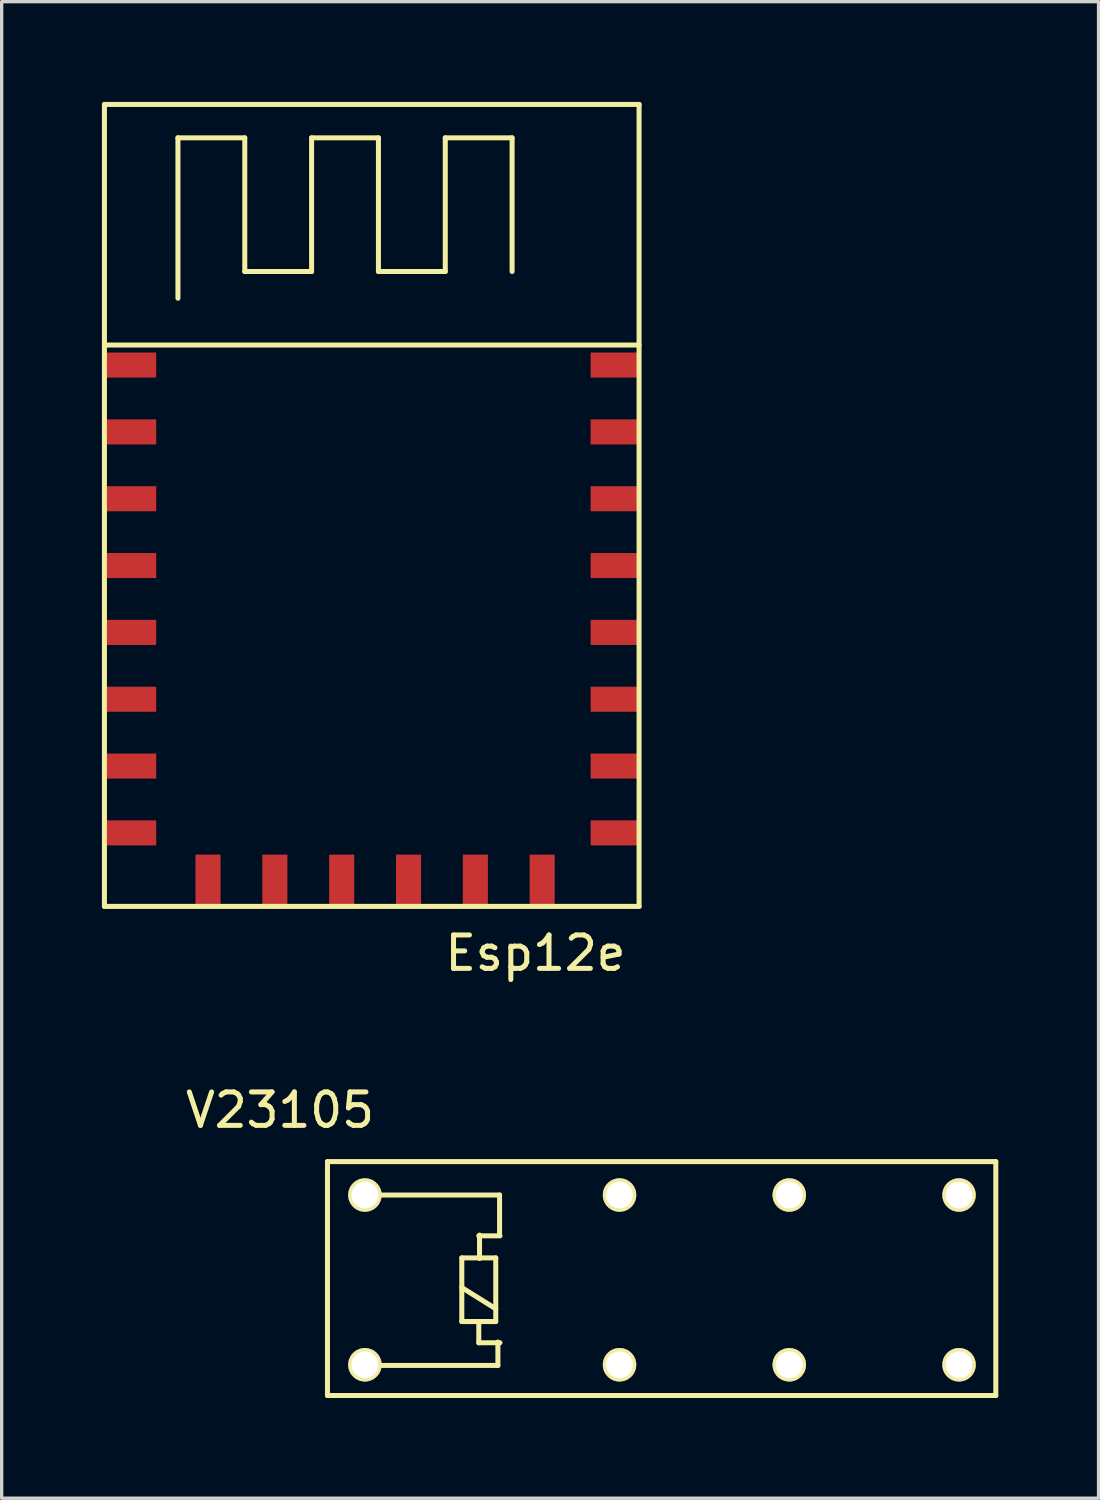
<source format=kicad_pcb>
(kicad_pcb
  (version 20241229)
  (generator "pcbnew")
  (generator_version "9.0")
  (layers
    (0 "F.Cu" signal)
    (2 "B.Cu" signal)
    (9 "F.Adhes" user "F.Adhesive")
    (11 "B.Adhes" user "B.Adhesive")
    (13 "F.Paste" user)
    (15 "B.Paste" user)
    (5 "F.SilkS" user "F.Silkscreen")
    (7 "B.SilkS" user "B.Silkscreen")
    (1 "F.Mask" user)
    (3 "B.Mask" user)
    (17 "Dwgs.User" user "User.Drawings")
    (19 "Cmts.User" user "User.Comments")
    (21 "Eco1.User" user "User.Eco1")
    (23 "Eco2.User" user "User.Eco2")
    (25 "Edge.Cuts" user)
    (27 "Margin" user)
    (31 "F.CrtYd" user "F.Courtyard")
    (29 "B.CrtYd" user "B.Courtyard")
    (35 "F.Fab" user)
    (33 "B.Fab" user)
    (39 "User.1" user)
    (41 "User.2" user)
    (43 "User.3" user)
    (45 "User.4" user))
  (footprint "Esp12e"
    (layer "F.Cu")
    (at 0.875 7.875)
    (property "Reference" "Esp12e" (at 12.1 17.6 0) (layer "F.SilkS") (effects (font (size 1 1) (thickness 0.15))))
    (attr through_hole)
    (fp_line (start -0.8 -7.8) (end 15.2 -7.8) (stroke (width 0.15) (type solid)) (layer "F.SilkS"))
    (fp_line (start -0.8 -0.6) (end 15.2 -0.6) (stroke (width 0.15) (type solid)) (layer "F.SilkS"))
    (fp_line (start -0.8 16.2) (end -0.8 -7.8) (stroke (width 0.15) (type solid)) (layer "F.SilkS"))
    (fp_line (start 1.4 -6.8) (end 3.4 -6.8) (stroke (width 0.15) (type solid)) (layer "F.SilkS"))
    (fp_line (start 1.4 -2) (end 1.4 -6.8) (stroke (width 0.15) (type solid)) (layer "F.SilkS"))
    (fp_line (start 3.4 -6.8) (end 3.4 -2.8) (stroke (width 0.15) (type solid)) (layer "F.SilkS"))
    (fp_line (start 3.4 -2.8) (end 5.4 -2.8) (stroke (width 0.15) (type solid)) (layer "F.SilkS"))
    (fp_line (start 5.4 -6.8) (end 7.4 -6.8) (stroke (width 0.15) (type solid)) (layer "F.SilkS"))
    (fp_line (start 5.4 -2.8) (end 5.4 -6.8) (stroke (width 0.15) (type solid)) (layer "F.SilkS"))
    (fp_line (start 7.4 -6.8) (end 7.4 -2.8) (stroke (width 0.15) (type solid)) (layer "F.SilkS"))
    (fp_line (start 7.4 -2.8) (end 9.4 -2.8) (stroke (width 0.15) (type solid)) (layer "F.SilkS"))
    (fp_line (start 9.4 -6.8) (end 11.4 -6.8) (stroke (width 0.15) (type solid)) (layer "F.SilkS"))
    (fp_line (start 9.4 -2.8) (end 9.4 -6.8) (stroke (width 0.15) (type solid)) (layer "F.SilkS"))
    (fp_line (start 11.4 -6.8) (end 11.4 -2.8) (stroke (width 0.15) (type solid)) (layer "F.SilkS"))
    (fp_line (start 15.2 -7.8) (end 15.2 16.2) (stroke (width 0.15) (type solid)) (layer "F.SilkS"))
    (fp_line (start 15.2 16.2) (end -0.8 16.2) (stroke (width 0.15) (type solid)) (layer "F.SilkS"))
    (pad "1" smd rect (at 0 0) (size 1.5 0.75) (layers "F.Cu" "F.Mask" "F.Paste"))
    (pad "1" smd rect (at 0 2) (size 1.5 0.75) (layers "F.Cu" "F.Mask" "F.Paste"))
    (pad "1" smd rect (at 0 4) (size 1.5 0.75) (layers "F.Cu" "F.Mask" "F.Paste"))
    (pad "1" smd rect (at 0 6) (size 1.5 0.75) (layers "F.Cu" "F.Mask" "F.Paste"))
    (pad "1" smd rect (at 0 8) (size 1.5 0.75) (layers "F.Cu" "F.Mask" "F.Paste"))
    (pad "1" smd rect (at 0 10) (size 1.5 0.75) (layers "F.Cu" "F.Mask" "F.Paste"))
    (pad "1" smd rect (at 0 12) (size 1.5 0.75) (layers "F.Cu" "F.Mask" "F.Paste"))
    (pad "1" smd rect (at 0 14) (size 1.5 0.75) (layers "F.Cu" "F.Mask" "F.Paste"))
    (pad "1" smd rect (at 2.3 15.4 90) (size 1.5 0.75) (layers "F.Cu" "F.Mask" "F.Paste"))
    (pad "1" smd rect (at 4.3 15.4 90) (size 1.5 0.75) (layers "F.Cu" "F.Mask" "F.Paste"))
    (pad "1" smd rect (at 6.3 15.4 90) (size 1.5 0.75) (layers "F.Cu" "F.Mask" "F.Paste"))
    (pad "1" smd rect (at 8.3 15.4 90) (size 1.5 0.75) (layers "F.Cu" "F.Mask" "F.Paste"))
    (pad "1" smd rect (at 10.3 15.4 90) (size 1.5 0.75) (layers "F.Cu" "F.Mask" "F.Paste"))
    (pad "1" smd rect (at 12.3 15.4 90) (size 1.5 0.75) (layers "F.Cu" "F.Mask" "F.Paste"))
    (pad "1" smd rect (at 14.5 0) (size 1.5 0.75) (layers "F.Cu" "F.Mask" "F.Paste"))
    (pad "1" smd rect (at 14.5 2) (size 1.5 0.75) (layers "F.Cu" "F.Mask" "F.Paste"))
    (pad "1" smd rect (at 14.5 4) (size 1.5 0.75) (layers "F.Cu" "F.Mask" "F.Paste"))
    (pad "1" smd rect (at 14.5 6) (size 1.5 0.75) (layers "F.Cu" "F.Mask" "F.Paste"))
    (pad "1" smd rect (at 14.5 8) (size 1.5 0.75) (layers "F.Cu" "F.Mask" "F.Paste"))
    (pad "1" smd rect (at 14.5 10) (size 1.5 0.75) (layers "F.Cu" "F.Mask" "F.Paste"))
    (pad "1" smd rect (at 14.5 12) (size 1.5 0.75) (layers "F.Cu" "F.Mask" "F.Paste"))
    (pad "1" smd rect (at 14.5 14) (size 1.5 0.75) (layers "F.Cu" "F.Mask" "F.Paste")))
  (footprint "V23105"
    (layer "F.Cu")
    (at 0.25 32.712)
    (property "Reference" "V23105" (at 5.08 -2.54 0) (layer "F.SilkS") (effects (font (size 1 1) (thickness 0.15))))
    (attr through_hole)
    (fp_line (start 6.5 -1) (end 6.5 6) (stroke (width 0.15) (type solid)) (layer "F.SilkS"))
    (fp_line (start 6.5 6) (end 26.5 6) (stroke (width 0.15) (type solid)) (layer "F.SilkS"))
    (fp_line (start 10.52 1.881) (end 10.52 3.786) (stroke (width 0.15) (type solid)) (layer "F.SilkS"))
    (fp_line (start 11.028 4.421) (end 11.028 3.786) (stroke (width 0.15) (type solid)) (layer "F.SilkS"))
    (fp_line (start 11.05 1.2) (end 11.05 1.65) (stroke (width 0.15) (type solid)) (layer "F.SilkS"))
    (fp_line (start 11.05 1.9) (end 11.05 1.65) (stroke (width 0.15) (type solid)) (layer "F.SilkS"))
    (fp_line (start 11.536 1.881) (end 10.52 1.881) (stroke (width 0.15) (type solid)) (layer "F.SilkS"))
    (fp_line (start 11.536 3.405) (end 10.52 2.77) (stroke (width 0.15) (type solid)) (layer "F.SilkS"))
    (fp_line (start 11.536 3.786) (end 10.52 3.786) (stroke (width 0.15) (type solid)) (layer "F.SilkS"))
    (fp_line (start 11.536 3.786) (end 11.536 1.881) (stroke (width 0.15) (type solid)) (layer "F.SilkS"))
    (fp_line (start 11.6 4.4) (end 11.6 5.1) (stroke (width 0.15) (type solid)) (layer "F.SilkS"))
    (fp_line (start 11.6 5.1) (end 7.65 5.1) (stroke (width 0.15) (type solid)) (layer "F.SilkS"))
    (fp_line (start 11.65 0) (end 7.65 0) (stroke (width 0.15) (type solid)) (layer "F.SilkS"))
    (fp_line (start 11.65 1.2) (end 11.65 0) (stroke (width 0.15) (type solid)) (layer "F.SilkS"))
    (fp_line (start 11.663 1.221) (end 11.028 1.221) (stroke (width 0.15) (type solid)) (layer "F.SilkS"))
    (fp_line (start 11.663 4.421) (end 11.028 4.421) (stroke (width 0.15) (type solid)) (layer "F.SilkS"))
    (fp_line (start 26.5 -1) (end 6.5 -1) (stroke (width 0.15) (type solid)) (layer "F.SilkS"))
    (fp_line (start 26.5 6) (end 26.5 -1) (stroke (width 0.15) (type solid)) (layer "F.SilkS"))
    (pad "1" thru_hole circle (at 7.62 5.08 270) (size 1 1) (drill 0.8) (layers "*.Cu" "*.Mask" "F.SilkS"))
    (pad "4" thru_hole circle (at 15.24 5.08 270) (size 1 1) (drill 0.8) (layers "*.Cu" "*.Mask" "F.SilkS"))
    (pad "6" thru_hole circle (at 20.32 5.08 270) (size 1 1) (drill 0.8) (layers "*.Cu" "*.Mask" "F.SilkS"))
    (pad "8" thru_hole circle (at 25.4 5.08 270) (size 1 1) (drill 0.8) (layers "*.Cu" "*.Mask" "F.SilkS"))
    (pad "9" thru_hole circle (at 25.4 0 270) (size 1 1) (drill 0.8) (layers "*.Cu" "*.Mask" "F.SilkS"))
    (pad "11" thru_hole circle (at 20.32 0 270) (size 1 1) (drill 0.8) (layers "*.Cu" "*.Mask" "F.SilkS"))
    (pad "13" thru_hole circle (at 15.24 0 270) (size 1 1) (drill 0.8) (layers "*.Cu" "*.Mask" "F.SilkS"))
    (pad "16" thru_hole circle (at 7.62 0 270) (size 1 1) (drill 0.8) (layers "*.Cu" "*.Mask" "F.SilkS")))
  (gr_rect
    (start -3 -3)
    (end 29.825 41.786)
    (stroke (width 0.1) (type default))
    (fill no)
    (layer "Edge.Cuts")))
</source>
